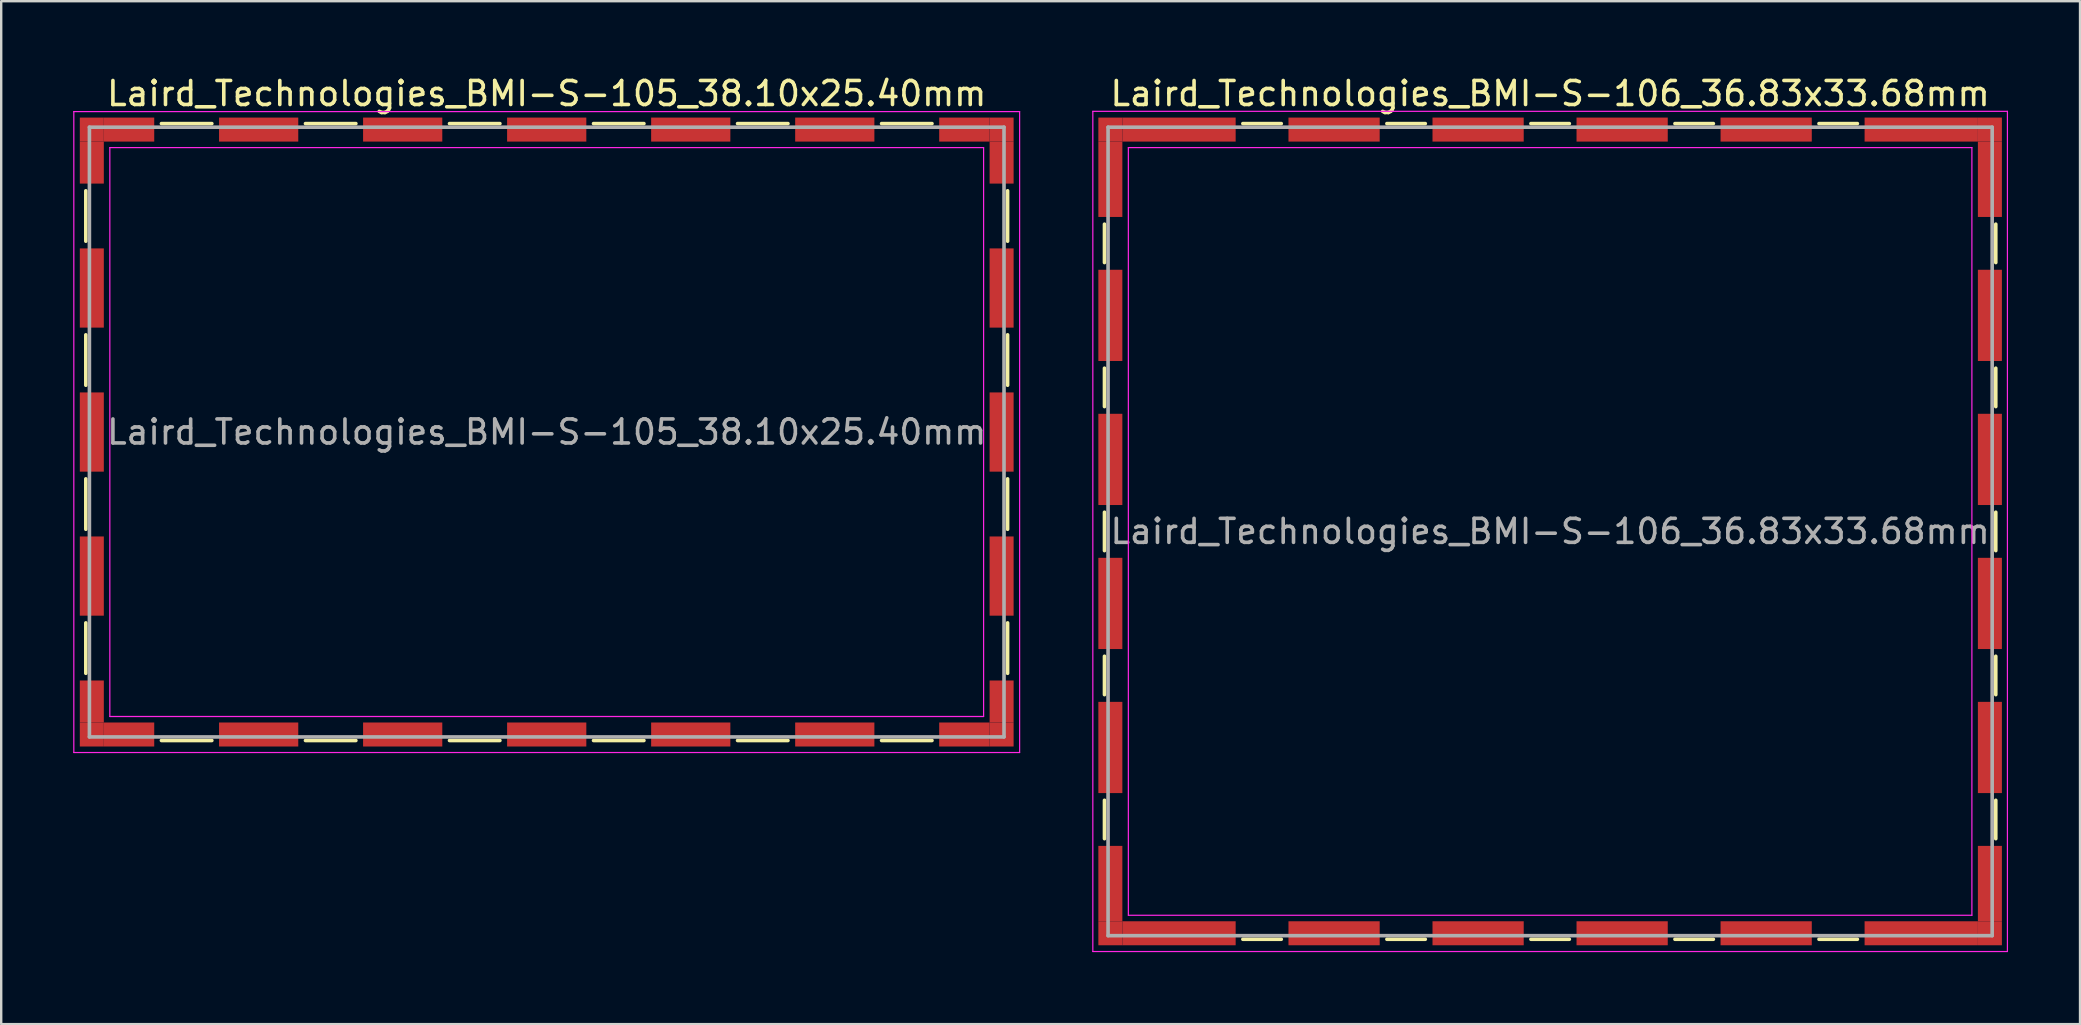
<source format=kicad_pcb>
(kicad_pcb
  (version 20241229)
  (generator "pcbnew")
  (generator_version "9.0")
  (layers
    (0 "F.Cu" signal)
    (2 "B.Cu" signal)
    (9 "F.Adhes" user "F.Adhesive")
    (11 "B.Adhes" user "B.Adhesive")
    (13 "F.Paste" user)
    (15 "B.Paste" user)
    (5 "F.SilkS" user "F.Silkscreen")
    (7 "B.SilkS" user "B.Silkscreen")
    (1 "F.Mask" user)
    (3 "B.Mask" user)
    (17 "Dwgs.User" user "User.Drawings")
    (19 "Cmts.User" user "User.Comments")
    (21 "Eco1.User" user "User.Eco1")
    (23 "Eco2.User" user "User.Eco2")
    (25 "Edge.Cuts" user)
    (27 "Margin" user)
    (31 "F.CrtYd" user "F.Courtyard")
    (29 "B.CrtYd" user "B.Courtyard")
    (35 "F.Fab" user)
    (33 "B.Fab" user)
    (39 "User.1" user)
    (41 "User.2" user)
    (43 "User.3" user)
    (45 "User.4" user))
  (footprint "Laird_Technologies_BMI-S-105_38.10x25.40mm"
    (layer "F.Cu")
    (at 19.725 14.948)
    (property "Reference" "Laird_Technologies_BMI-S-105_38.10x25.40mm" (at 0 -14.1 0) (layer "F.SilkS") (effects (font (size 1 1) (thickness 0.15))))
    (attr smd)
    (fp_line (start -19.2 -10.05) (end -19.2 -7.95) (stroke (width 0.15) (type solid)) (layer "F.SilkS"))
    (fp_line (start -19.2 -4.05) (end -19.2 -1.95) (stroke (width 0.15) (type solid)) (layer "F.SilkS"))
    (fp_line (start -19.2 1.95) (end -19.2 4.05) (stroke (width 0.15) (type solid)) (layer "F.SilkS"))
    (fp_line (start -19.2 7.95) (end -19.2 10.05) (stroke (width 0.15) (type solid)) (layer "F.SilkS"))
    (fp_line (start -16.05 -12.85) (end -13.95 -12.85) (stroke (width 0.15) (type solid)) (layer "F.SilkS"))
    (fp_line (start -16.05 12.85) (end -13.95 12.85) (stroke (width 0.15) (type solid)) (layer "F.SilkS"))
    (fp_line (start -10.05 -12.85) (end -7.95 -12.85) (stroke (width 0.15) (type solid)) (layer "F.SilkS"))
    (fp_line (start -10.05 12.85) (end -7.95 12.85) (stroke (width 0.15) (type solid)) (layer "F.SilkS"))
    (fp_line (start -4.05 -12.85) (end -1.95 -12.85) (stroke (width 0.15) (type solid)) (layer "F.SilkS"))
    (fp_line (start -4.05 12.85) (end -1.95 12.85) (stroke (width 0.15) (type solid)) (layer "F.SilkS"))
    (fp_line (start 1.95 -12.85) (end 4.05 -12.85) (stroke (width 0.15) (type solid)) (layer "F.SilkS"))
    (fp_line (start 1.95 12.85) (end 4.05 12.85) (stroke (width 0.15) (type solid)) (layer "F.SilkS"))
    (fp_line (start 7.95 -12.85) (end 10.05 -12.85) (stroke (width 0.15) (type solid)) (layer "F.SilkS"))
    (fp_line (start 7.95 12.85) (end 10.05 12.85) (stroke (width 0.15) (type solid)) (layer "F.SilkS"))
    (fp_line (start 13.95 -12.85) (end 16.05 -12.85) (stroke (width 0.15) (type solid)) (layer "F.SilkS"))
    (fp_line (start 13.95 12.85) (end 16.05 12.85) (stroke (width 0.15) (type solid)) (layer "F.SilkS"))
    (fp_line (start 19.2 -10.05) (end 19.2 -7.95) (stroke (width 0.15) (type solid)) (layer "F.SilkS"))
    (fp_line (start 19.2 -4.05) (end 19.2 -1.95) (stroke (width 0.15) (type solid)) (layer "F.SilkS"))
    (fp_line (start 19.2 1.95) (end 19.2 4.05) (stroke (width 0.15) (type solid)) (layer "F.SilkS"))
    (fp_line (start 19.2 7.95) (end 19.2 10.05) (stroke (width 0.15) (type solid)) (layer "F.SilkS"))
    (fp_line (start -19.7 -13.35) (end -19.7 13.35) (stroke (width 0.05) (type solid)) (layer "F.CrtYd"))
    (fp_line (start -19.7 13.35) (end 19.7 13.35) (stroke (width 0.05) (type solid)) (layer "F.CrtYd"))
    (fp_line (start -18.2 -11.85) (end -18.2 11.85) (stroke (width 0.05) (type solid)) (layer "F.CrtYd"))
    (fp_line (start 18.2 -11.85) (end -18.2 -11.85) (stroke (width 0.05) (type solid)) (layer "F.CrtYd"))
    (fp_line (start 18.2 -11.85) (end 18.2 11.85) (stroke (width 0.05) (type solid)) (layer "F.CrtYd"))
    (fp_line (start 18.2 11.85) (end -18.2 11.85) (stroke (width 0.05) (type solid)) (layer "F.CrtYd"))
    (fp_line (start 19.7 -13.35) (end -19.7 -13.35) (stroke (width 0.05) (type solid)) (layer "F.CrtYd"))
    (fp_line (start 19.7 13.35) (end 19.7 -13.35) (stroke (width 0.05) (type solid)) (layer "F.CrtYd"))
    (fp_line (start -19.05 -12.7) (end -19.05 12.7) (stroke (width 0.15) (type solid)) (layer "F.Fab"))
    (fp_line (start -19.05 12.7) (end 19.05 12.7) (stroke (width 0.15) (type solid)) (layer "F.Fab"))
    (fp_line (start 19.05 -12.7) (end -19.05 -12.7) (stroke (width 0.15) (type solid)) (layer "F.Fab"))
    (fp_line (start 19.05 12.7) (end 19.05 -12.7) (stroke (width 0.15) (type solid)) (layer "F.Fab"))
    (fp_text user "${REFERENCE}" (at 0 0 0) (layer "F.Fab") (effects (font (size 1 1) (thickness 0.15))))
    (pad "1" smd rect (at -18.95 -12.6) (size 1 1) (layers "F.Cu" "F.Mask"))
    (pad "1" smd rect (at -18.95 -11.225) (size 1 1.75) (layers "F.Cu" "F.Mask"))
    (pad "1" smd rect (at -18.95 -6) (size 1 3.3) (layers "F.Cu" "F.Mask"))
    (pad "1" smd rect (at -18.95 0) (size 1 3.3) (layers "F.Cu" "F.Mask"))
    (pad "1" smd rect (at -18.95 6) (size 1 3.3) (layers "F.Cu" "F.Mask"))
    (pad "1" smd rect (at -18.95 11.225) (size 1 1.75) (layers "F.Cu" "F.Mask"))
    (pad "1" smd rect (at -18.95 12.6) (size 1 1) (layers "F.Cu" "F.Mask"))
    (pad "1" smd rect (at -17.4 -12.6) (size 2.1 1) (layers "F.Cu" "F.Mask"))
    (pad "1" smd rect (at -17.4 12.6) (size 2.1 1) (layers "F.Cu" "F.Mask"))
    (pad "1" smd rect (at -12 -12.6) (size 3.3 1) (layers "F.Cu" "F.Mask"))
    (pad "1" smd rect (at -12 12.6) (size 3.3 1) (layers "F.Cu" "F.Mask"))
    (pad "1" smd rect (at -6 -12.6) (size 3.3 1) (layers "F.Cu" "F.Mask"))
    (pad "1" smd rect (at -6 12.6) (size 3.3 1) (layers "F.Cu" "F.Mask"))
    (pad "1" smd rect (at 0 -12.6) (size 3.3 1) (layers "F.Cu" "F.Mask"))
    (pad "1" smd rect (at 0 12.6) (size 3.3 1) (layers "F.Cu" "F.Mask"))
    (pad "1" smd rect (at 6 -12.6) (size 3.3 1) (layers "F.Cu" "F.Mask"))
    (pad "1" smd rect (at 6 12.6) (size 3.3 1) (layers "F.Cu" "F.Mask"))
    (pad "1" smd rect (at 12 -12.6) (size 3.3 1) (layers "F.Cu" "F.Mask"))
    (pad "1" smd rect (at 12 12.6) (size 3.3 1) (layers "F.Cu" "F.Mask"))
    (pad "1" smd rect (at 17.4 -12.6) (size 2.1 1) (layers "F.Cu" "F.Mask"))
    (pad "1" smd rect (at 17.4 12.6) (size 2.1 1) (layers "F.Cu" "F.Mask"))
    (pad "1" smd rect (at 18.95 -12.6) (size 1 1) (layers "F.Cu" "F.Mask"))
    (pad "1" smd rect (at 18.95 -11.225) (size 1 1.75) (layers "F.Cu" "F.Mask"))
    (pad "1" smd rect (at 18.95 -6) (size 1 3.3) (layers "F.Cu" "F.Mask"))
    (pad "1" smd rect (at 18.95 0) (size 1 3.3) (layers "F.Cu" "F.Mask"))
    (pad "1" smd rect (at 18.95 6) (size 1 3.3) (layers "F.Cu" "F.Mask"))
    (pad "1" smd rect (at 18.95 11.225) (size 1 1.75) (layers "F.Cu" "F.Mask"))
    (pad "1" smd rect (at 18.95 12.6) (size 1 1) (layers "F.Cu" "F.Mask")))
  (footprint "Laird_Technologies_BMI-S-106_36.83x33.68mm"
    (layer "F.Cu")
    (at 61.525 19.088)
    (property "Reference" "Laird_Technologies_BMI-S-106_36.83x33.68mm" (at 0 -18.24 0) (layer "F.SilkS") (effects (font (size 1 1) (thickness 0.15))))
    (attr smd)
    (fp_line (start -18.565 -12.8) (end -18.565 -11.2) (stroke (width 0.15) (type solid)) (layer "F.SilkS"))
    (fp_line (start -18.565 -6.8) (end -18.565 -5.2) (stroke (width 0.15) (type solid)) (layer "F.SilkS"))
    (fp_line (start -18.565 -0.8) (end -18.565 0.8) (stroke (width 0.15) (type solid)) (layer "F.SilkS"))
    (fp_line (start -18.565 5.2) (end -18.565 6.8) (stroke (width 0.15) (type solid)) (layer "F.SilkS"))
    (fp_line (start -18.565 11.2) (end -18.565 12.8) (stroke (width 0.15) (type solid)) (layer "F.SilkS"))
    (fp_line (start -12.8 -16.99) (end -11.2 -16.99) (stroke (width 0.15) (type solid)) (layer "F.SilkS"))
    (fp_line (start -12.8 16.99) (end -11.2 16.99) (stroke (width 0.15) (type solid)) (layer "F.SilkS"))
    (fp_line (start -6.8 -16.99) (end -5.2 -16.99) (stroke (width 0.15) (type solid)) (layer "F.SilkS"))
    (fp_line (start -6.8 16.99) (end -5.2 16.99) (stroke (width 0.15) (type solid)) (layer "F.SilkS"))
    (fp_line (start -0.8 -16.99) (end 0.8 -16.99) (stroke (width 0.15) (type solid)) (layer "F.SilkS"))
    (fp_line (start -0.8 16.99) (end 0.8 16.99) (stroke (width 0.15) (type solid)) (layer "F.SilkS"))
    (fp_line (start 5.2 -16.99) (end 6.8 -16.99) (stroke (width 0.15) (type solid)) (layer "F.SilkS"))
    (fp_line (start 5.2 16.99) (end 6.8 16.99) (stroke (width 0.15) (type solid)) (layer "F.SilkS"))
    (fp_line (start 11.2 -16.99) (end 12.8 -16.99) (stroke (width 0.15) (type solid)) (layer "F.SilkS"))
    (fp_line (start 11.2 16.99) (end 12.8 16.99) (stroke (width 0.15) (type solid)) (layer "F.SilkS"))
    (fp_line (start 18.565 -12.8) (end 18.565 -11.2) (stroke (width 0.15) (type solid)) (layer "F.SilkS"))
    (fp_line (start 18.565 -6.8) (end 18.565 -5.2) (stroke (width 0.15) (type solid)) (layer "F.SilkS"))
    (fp_line (start 18.565 -0.8) (end 18.565 0.8) (stroke (width 0.15) (type solid)) (layer "F.SilkS"))
    (fp_line (start 18.565 5.2) (end 18.565 6.8) (stroke (width 0.15) (type solid)) (layer "F.SilkS"))
    (fp_line (start 18.565 11.2) (end 18.565 12.8) (stroke (width 0.15) (type solid)) (layer "F.SilkS"))
    (fp_line (start -19.05 -17.5) (end -19.05 17.5) (stroke (width 0.05) (type solid)) (layer "F.CrtYd"))
    (fp_line (start -19.05 17.5) (end 19.05 17.5) (stroke (width 0.05) (type solid)) (layer "F.CrtYd"))
    (fp_line (start -17.57 -15.99) (end -17.57 15.99) (stroke (width 0.05) (type solid)) (layer "F.CrtYd"))
    (fp_line (start 17.57 -15.99) (end -17.57 -15.99) (stroke (width 0.05) (type solid)) (layer "F.CrtYd"))
    (fp_line (start 17.57 -15.99) (end 17.57 15.99) (stroke (width 0.05) (type solid)) (layer "F.CrtYd"))
    (fp_line (start 17.57 15.99) (end -17.57 15.99) (stroke (width 0.05) (type solid)) (layer "F.CrtYd"))
    (fp_line (start 19.05 -17.5) (end -19.05 -17.5) (stroke (width 0.05) (type solid)) (layer "F.CrtYd"))
    (fp_line (start 19.05 17.5) (end 19.05 -17.5) (stroke (width 0.05) (type solid)) (layer "F.CrtYd"))
    (fp_line (start -18.415 -16.84) (end -18.415 16.84) (stroke (width 0.15) (type solid)) (layer "F.Fab"))
    (fp_line (start -18.415 16.84) (end 18.415 16.84) (stroke (width 0.15) (type solid)) (layer "F.Fab"))
    (fp_line (start 18.415 -16.84) (end -18.415 -16.84) (stroke (width 0.15) (type solid)) (layer "F.Fab"))
    (fp_line (start 18.415 16.84) (end 18.415 -16.84) (stroke (width 0.15) (type solid)) (layer "F.Fab"))
    (fp_text user "${REFERENCE}" (at 0 0 0) (layer "F.Fab") (effects (font (size 1 1) (thickness 0.15))))
    (pad "1" smd rect (at -18.32 -16.74) (size 1 1) (layers "F.Cu" "F.Mask"))
    (pad "1" smd rect (at -18.32 -14.67) (size 1 3.14) (layers "F.Cu" "F.Mask"))
    (pad "1" smd rect (at -18.32 -9) (size 1 3.8) (layers "F.Cu" "F.Mask"))
    (pad "1" smd rect (at -18.32 -3) (size 1 3.8) (layers "F.Cu" "F.Mask"))
    (pad "1" smd rect (at -18.32 3) (size 1 3.8) (layers "F.Cu" "F.Mask"))
    (pad "1" smd rect (at -18.32 9) (size 1 3.8) (layers "F.Cu" "F.Mask"))
    (pad "1" smd rect (at -18.32 14.67) (size 1 3.14) (layers "F.Cu" "F.Mask"))
    (pad "1" smd rect (at -18.32 16.74) (size 1 1) (layers "F.Cu" "F.Mask"))
    (pad "1" smd rect (at -15.46 -16.74) (size 4.72 1) (layers "F.Cu" "F.Mask"))
    (pad "1" smd rect (at -15.46 16.74) (size 4.72 1) (layers "F.Cu" "F.Mask"))
    (pad "1" smd rect (at -9 -16.74) (size 3.8 1) (layers "F.Cu" "F.Mask"))
    (pad "1" smd rect (at -9 16.74) (size 3.8 1) (layers "F.Cu" "F.Mask"))
    (pad "1" smd rect (at -3 -16.74) (size 3.8 1) (layers "F.Cu" "F.Mask"))
    (pad "1" smd rect (at -3 16.74) (size 3.8 1) (layers "F.Cu" "F.Mask"))
    (pad "1" smd rect (at 3 -16.74) (size 3.8 1) (layers "F.Cu" "F.Mask"))
    (pad "1" smd rect (at 3 16.74) (size 3.8 1) (layers "F.Cu" "F.Mask"))
    (pad "1" smd rect (at 9 -16.74) (size 3.8 1) (layers "F.Cu" "F.Mask"))
    (pad "1" smd rect (at 9 16.74) (size 3.8 1) (layers "F.Cu" "F.Mask"))
    (pad "1" smd rect (at 15.46 -16.74) (size 4.72 1) (layers "F.Cu" "F.Mask"))
    (pad "1" smd rect (at 15.46 16.74) (size 4.72 1) (layers "F.Cu" "F.Mask"))
    (pad "1" smd rect (at 18.32 -16.74) (size 1 1) (layers "F.Cu" "F.Mask"))
    (pad "1" smd rect (at 18.32 -14.67) (size 1 3.14) (layers "F.Cu" "F.Mask"))
    (pad "1" smd rect (at 18.32 -9) (size 1 3.8) (layers "F.Cu" "F.Mask"))
    (pad "1" smd rect (at 18.32 -3) (size 1 3.8) (layers "F.Cu" "F.Mask"))
    (pad "1" smd rect (at 18.32 3) (size 1 3.8) (layers "F.Cu" "F.Mask"))
    (pad "1" smd rect (at 18.32 9) (size 1 3.8) (layers "F.Cu" "F.Mask"))
    (pad "1" smd rect (at 18.32 14.67) (size 1 3.14) (layers "F.Cu" "F.Mask"))
    (pad "1" smd rect (at 18.32 16.74) (size 1 1) (layers "F.Cu" "F.Mask")))
  (gr_rect
    (start -3 -3)
    (end 83.6 39.613)
    (stroke (width 0.1) (type default))
    (fill no)
    (layer "Edge.Cuts")))
</source>
